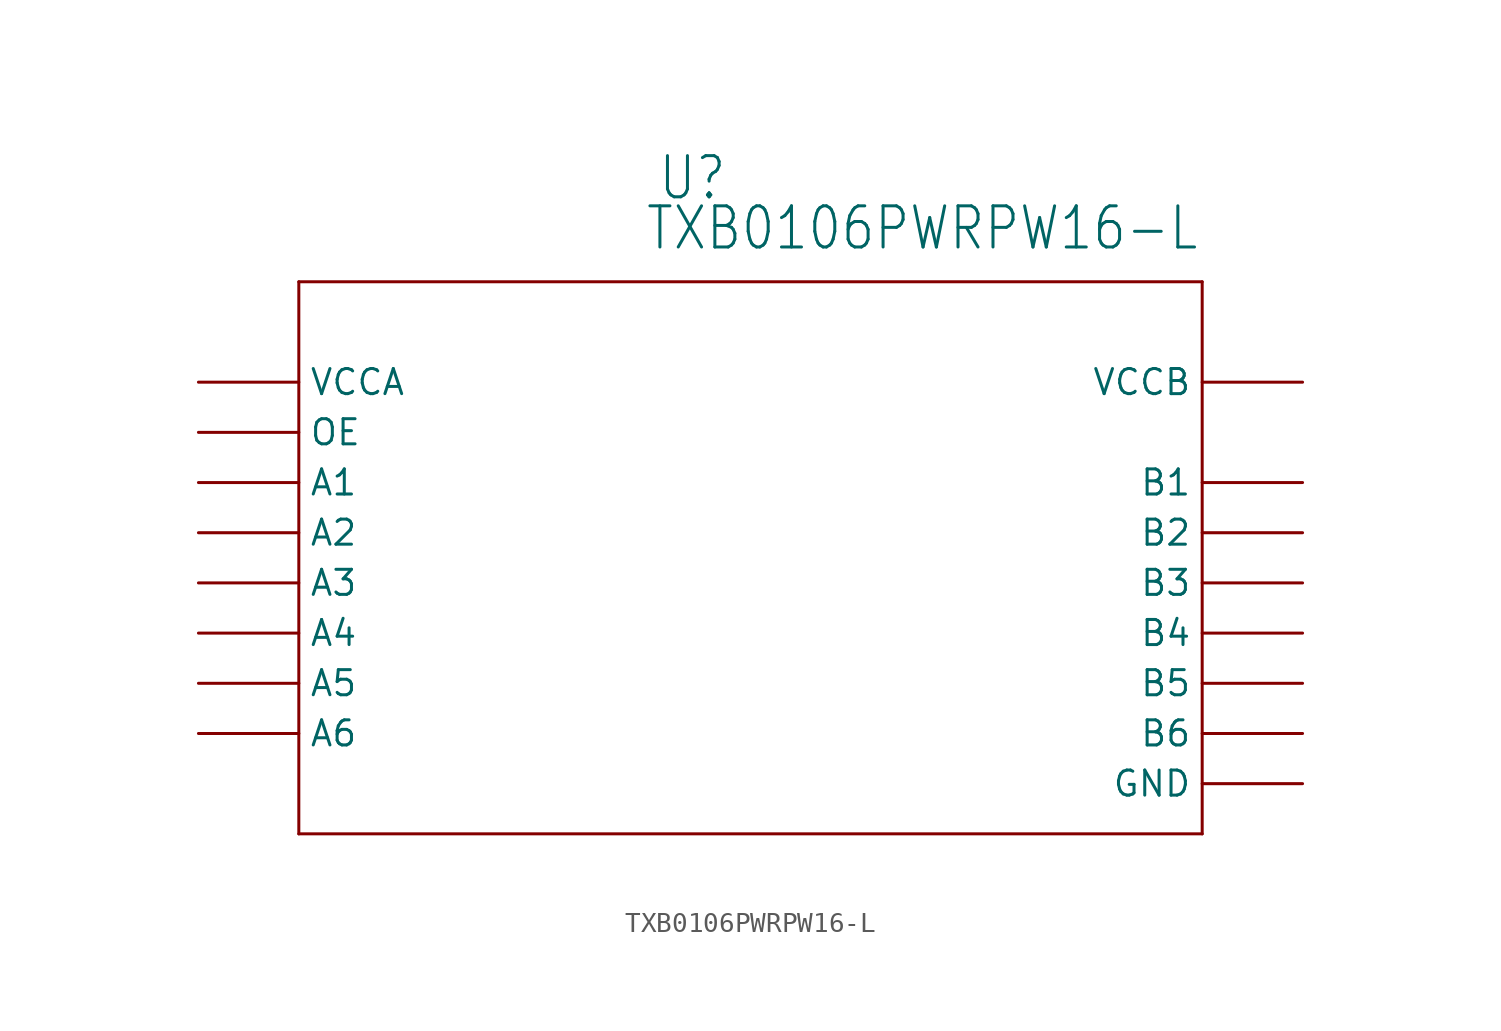
<source format=kicad_sym>
(kicad_symbol_lib
  (version 20211014)
  (generator kicad_symbol_editor)
  (symbol "TXB0106PWRPW16-L"
    (property "Reference" "U"
      (at 25.756 9.119 0)
      (effects (font (size 2.083 1.77)) (justify left bottom)))
    (property "Value" "TXB0106PWRPW16-L"
      (at 25.121 6.579 0)
      (effects (font (size 2.083 1.77)) (justify left bottom)))
    (property "ki_locked" ""
      (at 0 0 0)
      (effects (font (size 1.27 1.27))))
    (symbol "TXB0106PWRPW16-L_1_0"
      (polyline (pts (xy 7.62 -22.86) (xy 53.34 -22.86)) (stroke (width 0.152) (type default) (color 0 0 0 0)) (fill (type none)))
      (polyline (pts (xy 7.62 5.08) (xy 7.62 -22.86)) (stroke (width 0.152) (type default) (color 0 0 0 0)) (fill (type none)))
      (polyline (pts (xy 53.34 -22.86) (xy 53.34 5.08)) (stroke (width 0.152) (type default) (color 0 0 0 0)) (fill (type none)))
      (polyline (pts (xy 53.34 5.08) (xy 7.62 5.08)) (stroke (width 0.152) (type default) (color 0 0 0 0)) (fill (type none)))
      (pin bidirectional line (at 2.54 -5.08 0) (length 5.08) (name "A1" (effects (font (size 1.27 1.27)))) (number "1" (effects (font (size 0 0)))))
      (pin bidirectional line (at 58.42 -17.78 180) (length 5.08) (name "B6" (effects (font (size 1.27 1.27)))) (number "10" (effects (font (size 0 0)))))
      (pin bidirectional line (at 58.42 -15.24 180) (length 5.08) (name "B5" (effects (font (size 1.27 1.27)))) (number "11" (effects (font (size 0 0)))))
      (pin bidirectional line (at 58.42 -12.7 180) (length 5.08) (name "B4" (effects (font (size 1.27 1.27)))) (number "12" (effects (font (size 0 0)))))
      (pin bidirectional line (at 58.42 -10.16 180) (length 5.08) (name "B3" (effects (font (size 1.27 1.27)))) (number "13" (effects (font (size 0 0)))))
      (pin bidirectional line (at 58.42 -7.62 180) (length 5.08) (name "B2" (effects (font (size 1.27 1.27)))) (number "14" (effects (font (size 0 0)))))
      (pin power_in line (at 58.42 0 180) (length 5.08) (name "VCCB" (effects (font (size 1.27 1.27)))) (number "15" (effects (font (size 0 0)))))
      (pin bidirectional line (at 58.42 -5.08 180) (length 5.08) (name "B1" (effects (font (size 1.27 1.27)))) (number "16" (effects (font (size 0 0)))))
      (pin power_in line (at 2.54 0 0) (length 5.08) (name "VCCA" (effects (font (size 1.27 1.27)))) (number "2" (effects (font (size 0 0)))))
      (pin bidirectional line (at 2.54 -7.62 0) (length 5.08) (name "A2" (effects (font (size 1.27 1.27)))) (number "3" (effects (font (size 0 0)))))
      (pin bidirectional line (at 2.54 -10.16 0) (length 5.08) (name "A3" (effects (font (size 1.27 1.27)))) (number "4" (effects (font (size 0 0)))))
      (pin bidirectional line (at 2.54 -12.7 0) (length 5.08) (name "A4" (effects (font (size 1.27 1.27)))) (number "5" (effects (font (size 0 0)))))
      (pin bidirectional line (at 2.54 -15.24 0) (length 5.08) (name "A5" (effects (font (size 1.27 1.27)))) (number "6" (effects (font (size 0 0)))))
      (pin bidirectional line (at 2.54 -17.78 0) (length 5.08) (name "A6" (effects (font (size 1.27 1.27)))) (number "7" (effects (font (size 0 0)))))
      (pin output line (at 2.54 -2.54 0) (length 5.08) (name "OE" (effects (font (size 1.27 1.27)))) (number "8" (effects (font (size 0 0)))))
      (pin power_in line (at 58.42 -20.32 180) (length 5.08) (name "GND" (effects (font (size 1.27 1.27)))) (number "9" (effects (font (size 0 0))))))))
</source>
